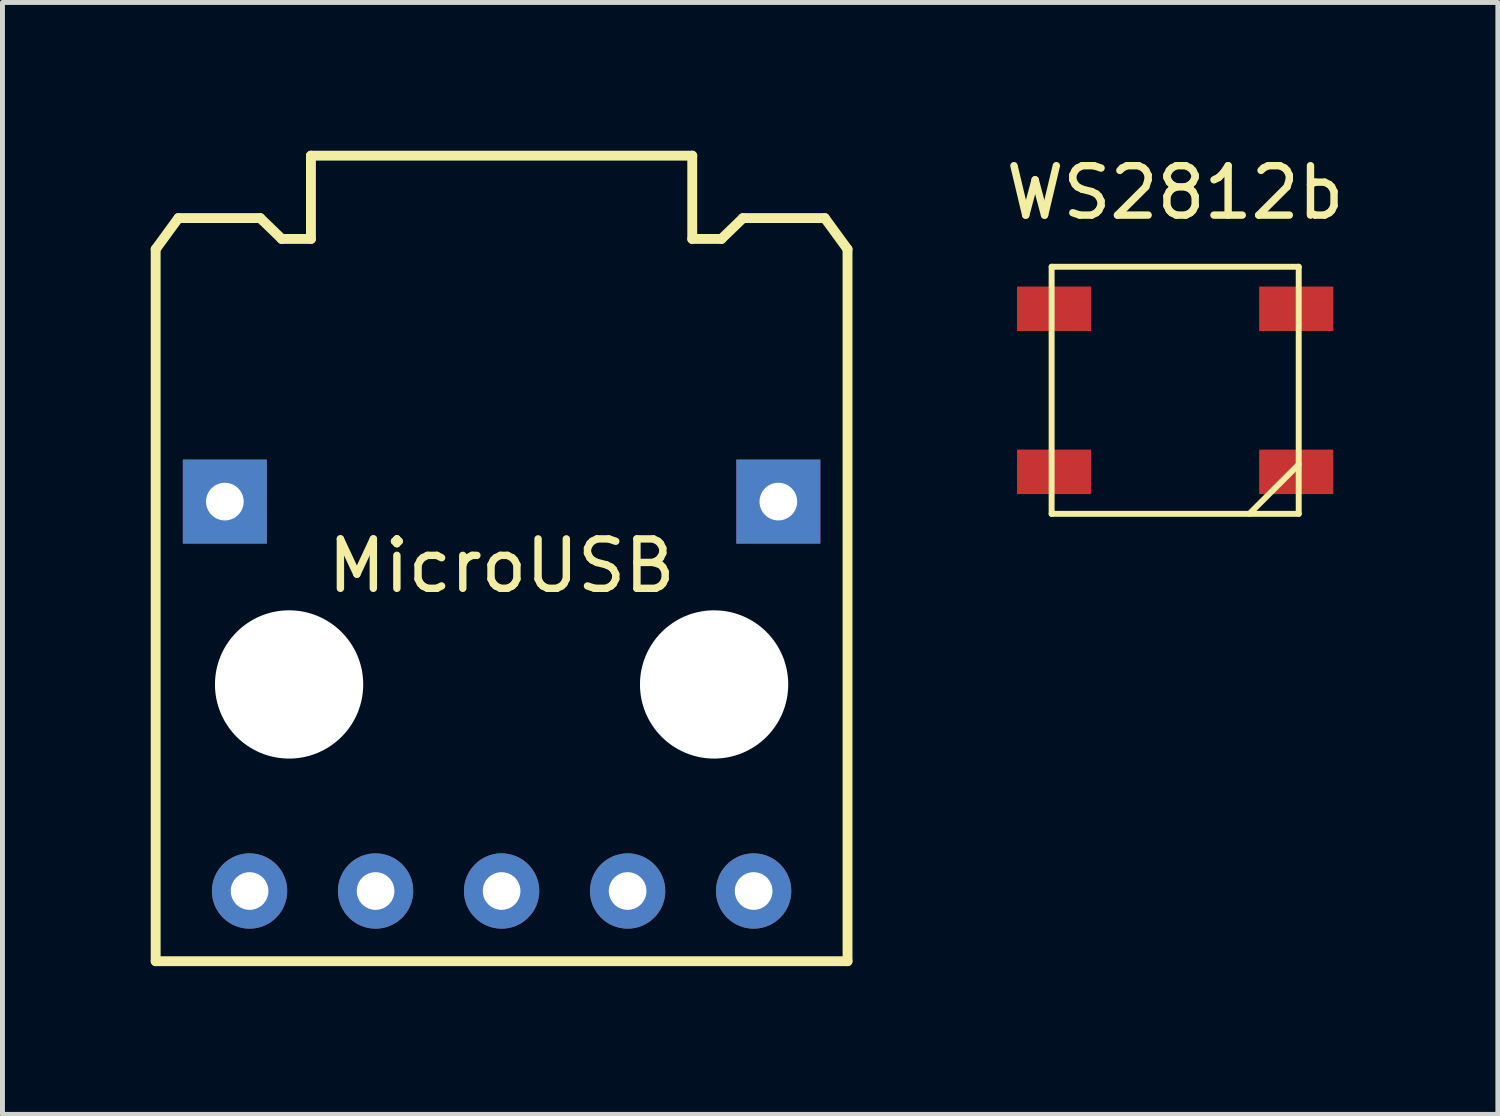
<source format=kicad_pcb>
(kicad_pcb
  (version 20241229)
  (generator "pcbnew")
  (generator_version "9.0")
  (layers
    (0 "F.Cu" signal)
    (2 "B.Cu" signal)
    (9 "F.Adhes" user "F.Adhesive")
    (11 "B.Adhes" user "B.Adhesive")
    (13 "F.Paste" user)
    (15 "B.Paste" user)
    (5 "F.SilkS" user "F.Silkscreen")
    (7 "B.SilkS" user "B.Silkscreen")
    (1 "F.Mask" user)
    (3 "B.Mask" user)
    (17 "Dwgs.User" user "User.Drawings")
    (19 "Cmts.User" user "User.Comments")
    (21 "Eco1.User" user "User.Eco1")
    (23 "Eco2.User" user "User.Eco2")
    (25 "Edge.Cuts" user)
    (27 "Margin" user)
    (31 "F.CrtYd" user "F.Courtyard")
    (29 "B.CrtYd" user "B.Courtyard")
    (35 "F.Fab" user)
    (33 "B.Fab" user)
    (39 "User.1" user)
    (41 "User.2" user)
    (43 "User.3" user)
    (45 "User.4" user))
  (footprint "WS2812b"
    (layer "F.Cu")
    (at 20.73 4.848)
    (property "Reference" "WS2812b" (at 0 -4 0) (layer "F.SilkS") (effects (font (size 1 1) (thickness 0.15))))
    (attr through_hole)
    (fp_line (start -2.5 -2.5) (end -2.5 2.5) (stroke (width 0.12) (type solid)) (layer "F.SilkS"))
    (fp_line (start -2.5 -2.5) (end 2.5 -2.5) (stroke (width 0.12) (type solid)) (layer "F.SilkS"))
    (fp_line (start -2.5 2.5) (end 2.5 2.5) (stroke (width 0.12) (type solid)) (layer "F.SilkS"))
    (fp_line (start 2.5 -2.5) (end 2.5 2.5) (stroke (width 0.12) (type solid)) (layer "F.SilkS"))
    (fp_line (start 2.5 1.5) (end 1.5 2.5) (stroke (width 0.12) (type solid)) (layer "F.SilkS"))
    (pad "1" smd rect (at -2.45 -1.65) (size 1.5 0.9) (layers "F.Cu" "F.Mask" "F.Paste"))
    (pad "2" smd rect (at -2.45 1.65) (size 1.5 0.9) (layers "F.Cu" "F.Mask" "F.Paste"))
    (pad "3" smd rect (at 2.45 1.65) (size 1.5 0.9) (layers "F.Cu" "F.Mask" "F.Paste"))
    (pad "4" smd rect (at 2.45 -1.65) (size 1.5 0.9) (layers "F.Cu" "F.Mask" "F.Paste")))
  (footprint "MicroUSB"
    (layer "F.Cu")
    (at 7.1 8.4)
    (property "Reference" "MicroUSB" (at 0 0 0) (layer "F.SilkS") (effects (font (size 1 1) (thickness 0.15))))
    (attr through_hole)
    (fp_line (start -7 -6.407) (end -7 8) (stroke (width 0.2) (type solid)) (layer "F.SilkS"))
    (fp_line (start -7 8) (end 7 8) (stroke (width 0.2) (type solid)) (layer "F.SilkS"))
    (fp_line (start -6.54 -7.037) (end -7 -6.407) (stroke (width 0.2) (type solid)) (layer "F.SilkS"))
    (fp_line (start -4.885 -7.037) (end -6.54 -7.037) (stroke (width 0.2) (type solid)) (layer "F.SilkS"))
    (fp_line (start -4.448 -6.615) (end -4.885 -7.037) (stroke (width 0.2) (type solid)) (layer "F.SilkS"))
    (fp_line (start -3.858 -8.3) (end -3.858 -6.615) (stroke (width 0.2) (type solid)) (layer "F.SilkS"))
    (fp_line (start -3.858 -6.615) (end -4.448 -6.615) (stroke (width 0.2) (type solid)) (layer "F.SilkS"))
    (fp_line (start 3.858 -8.3) (end -3.858 -8.3) (stroke (width 0.2) (type solid)) (layer "F.SilkS"))
    (fp_line (start 3.858 -6.615) (end 3.858 -8.3) (stroke (width 0.2) (type solid)) (layer "F.SilkS"))
    (fp_line (start 4.448 -6.615) (end 3.858 -6.615) (stroke (width 0.2) (type solid)) (layer "F.SilkS"))
    (fp_line (start 4.885 -7.037) (end 4.448 -6.615) (stroke (width 0.2) (type solid)) (layer "F.SilkS"))
    (fp_line (start 6.54 -7.037) (end 4.885 -7.037) (stroke (width 0.2) (type solid)) (layer "F.SilkS"))
    (fp_line (start 7 -6.407) (end 6.54 -7.037) (stroke (width 0.2) (type solid)) (layer "F.SilkS"))
    (fp_line (start 7 8) (end 7 -6.407) (stroke (width 0.2) (type solid)) (layer "F.SilkS"))
    (pad "" np_thru_hole circle (at -4.3 2.4) (size 3 3) (drill 3) (layers "*.Cu" "*.Mask"))
    (pad "" np_thru_hole circle (at 4.3 2.4) (size 3 3) (drill 3) (layers "*.Cu" "*.Mask"))
    (pad "1" thru_hole circle (at 5.1 6.58) (size 1.524 1.524) (drill 0.762) (layers "*.Cu" "*.Mask"))
    (pad "2" thru_hole circle (at 2.55 6.58) (size 1.524 1.524) (drill 0.762) (layers "*.Cu" "*.Mask"))
    (pad "3" thru_hole circle (at 0 6.58) (size 1.524 1.524) (drill 0.762) (layers "*.Cu" "*.Mask"))
    (pad "4" thru_hole circle (at -2.55 6.58) (size 1.524 1.524) (drill 0.762) (layers "*.Cu" "*.Mask"))
    (pad "5" thru_hole circle (at -5.1 6.58) (size 1.524 1.524) (drill 0.762) (layers "*.Cu" "*.Mask"))
    (pad "6" thru_hole rect (at -5.6 -1.3) (size 1.7 1.7) (drill 0.762) (layers "*.Cu" "*.Mask"))
    (pad "6" thru_hole rect (at 5.6 -1.3) (size 1.7 1.7) (drill 0.762) (layers "*.Cu" "*.Mask")))
  (gr_rect
    (start -3 -3)
    (end 27.26 19.5)
    (stroke (width 0.1) (type default))
    (fill no)
    (layer "Edge.Cuts")))
</source>
